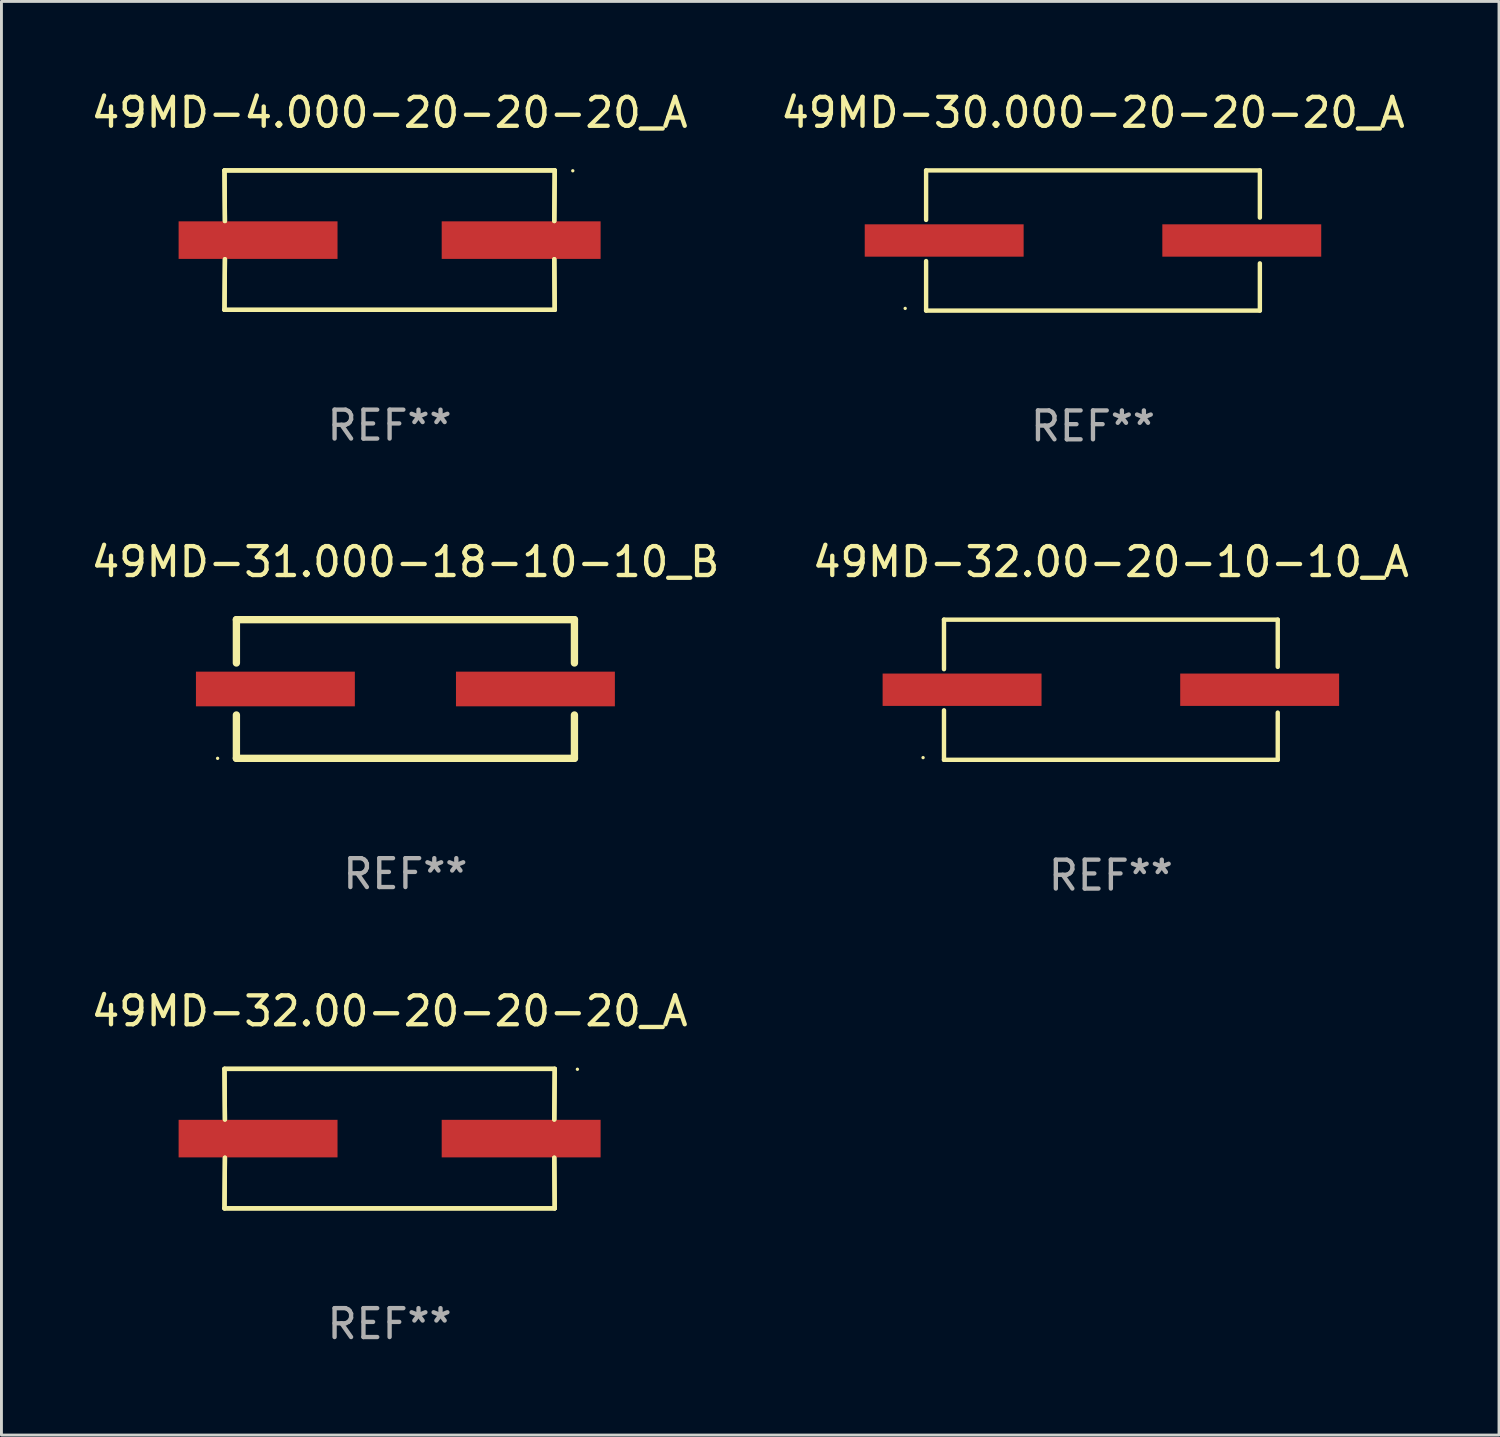
<source format=kicad_pcb>
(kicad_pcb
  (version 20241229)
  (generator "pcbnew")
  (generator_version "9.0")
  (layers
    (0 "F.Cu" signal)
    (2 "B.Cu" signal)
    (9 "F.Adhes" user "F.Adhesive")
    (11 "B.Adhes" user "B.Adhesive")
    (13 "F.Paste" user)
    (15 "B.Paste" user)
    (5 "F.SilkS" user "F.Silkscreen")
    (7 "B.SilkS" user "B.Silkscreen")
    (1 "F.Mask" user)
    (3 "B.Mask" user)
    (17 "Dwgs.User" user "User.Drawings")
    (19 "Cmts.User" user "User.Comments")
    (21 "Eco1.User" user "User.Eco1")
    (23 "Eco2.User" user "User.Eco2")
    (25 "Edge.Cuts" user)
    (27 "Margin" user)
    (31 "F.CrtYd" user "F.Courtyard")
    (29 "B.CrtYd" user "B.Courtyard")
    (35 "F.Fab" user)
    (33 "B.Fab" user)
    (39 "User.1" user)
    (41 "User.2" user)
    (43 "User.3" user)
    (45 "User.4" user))
  (footprint "49MD-32.00-20-20-20_A"
    (layer "F.Cu")
    (at 10.435 36.359)
    (property "Reference" "49MD-32.00-20-20-20_A" (at 0 -4.413 0) (layer "F.SilkS") (effects (font (size 1 1) (thickness 0.15))))
    (attr through_hole)
    (fp_line (start -5.715 -2.413) (end -5.7 -0.662) (stroke (width 0.152) (type solid)) (layer "F.SilkS"))
    (fp_line (start -5.715 -2.413) (end -5.7 -0.662) (stroke (width 0.152) (type solid)) (layer "F.SilkS"))
    (fp_line (start -5.715 2.413) (end 5.715 2.413) (stroke (width 0.152) (type solid)) (layer "F.SilkS"))
    (fp_line (start -5.715 2.413) (end 5.715 2.413) (stroke (width 0.152) (type solid)) (layer "F.SilkS"))
    (fp_line (start -5.7 0.662) (end -5.715 2.413) (stroke (width 0.152) (type solid)) (layer "F.SilkS"))
    (fp_line (start -5.7 0.662) (end -5.715 2.413) (stroke (width 0.152) (type solid)) (layer "F.SilkS"))
    (fp_line (start 5.7 -0.662) (end 5.715 -2.413) (stroke (width 0.152) (type solid)) (layer "F.SilkS"))
    (fp_line (start 5.7 -0.662) (end 5.715 -2.413) (stroke (width 0.152) (type solid)) (layer "F.SilkS"))
    (fp_line (start 5.715 -2.413) (end -5.715 -2.413) (stroke (width 0.152) (type solid)) (layer "F.SilkS"))
    (fp_line (start 5.715 -2.413) (end -5.715 -2.413) (stroke (width 0.152) (type solid)) (layer "F.SilkS"))
    (fp_line (start 5.715 2.413) (end 5.7 0.662) (stroke (width 0.152) (type solid)) (layer "F.SilkS"))
    (fp_line (start 5.715 2.413) (end 5.7 0.662) (stroke (width 0.152) (type solid)) (layer "F.SilkS"))
    (fp_circle (center 6.5 -2.4) (end 6.53 -2.4) (stroke (width 0.06) (type solid)) (fill no) (layer "F.SilkS"))
    (fp_text user "REF**" (at 0 6.413 0) (layer "F.Fab") (effects (font (size 1 1) (thickness 0.15))))
    (pad "1" smd rect (at 4.553 0) (size 5.5 1.3) (layers "F.Cu" "F.Mask" "F.Paste"))
    (pad "2" smd rect (at -4.553 0) (size 5.5 1.3) (layers "F.Cu" "F.Mask" "F.Paste")))
  (footprint "49MD-32.00-20-10-10_A"
    (layer "F.Cu")
    (at 35.399 20.823)
    (property "Reference" "49MD-32.00-20-10-10_A" (at 0 -4.426 0) (layer "F.SilkS") (effects (font (size 1 1) (thickness 0.15))))
    (attr through_hole)
    (fp_line (start -5.776 -2.426) (end 5.776 -2.426) (stroke (width 0.152) (type solid)) (layer "F.SilkS"))
    (fp_line (start -5.776 -0.712) (end -5.776 -2.426) (stroke (width 0.152) (type solid)) (layer "F.SilkS"))
    (fp_line (start -5.776 0.712) (end -5.776 2.426) (stroke (width 0.152) (type solid)) (layer "F.SilkS"))
    (fp_line (start -5.776 2.426) (end 5.776 2.426) (stroke (width 0.152) (type solid)) (layer "F.SilkS"))
    (fp_line (start 5.776 -2.426) (end 5.776 -0.791) (stroke (width 0.152) (type solid)) (layer "F.SilkS"))
    (fp_line (start 5.776 0.791) (end 5.776 2.426) (stroke (width 0.152) (type solid)) (layer "F.SilkS"))
    (fp_circle (center -6.5 2.35) (end -6.47 2.35) (stroke (width 0.06) (type solid)) (fill no) (layer "F.SilkS"))
    (fp_text user "REF**" (at 0 6.426 0) (layer "F.Fab") (effects (font (size 1 1) (thickness 0.15))))
    (pad "1" smd rect (at -5.15 0) (size 5.5 1.12) (layers "F.Cu" "F.Mask" "F.Paste"))
    (pad "2" smd rect (at 5.15 0) (size 5.5 1.12) (layers "F.Cu" "F.Mask" "F.Paste")))
  (footprint "49MD-30.000-20-20-20_A"
    (layer "F.Cu")
    (at 34.78 5.274)
    (property "Reference" "49MD-30.000-20-20-20_A" (at 0 -4.426 0) (layer "F.SilkS") (effects (font (size 1 1) (thickness 0.15))))
    (attr through_hole)
    (fp_line (start -5.776 -2.426) (end 5.776 -2.426) (stroke (width 0.152) (type solid)) (layer "F.SilkS"))
    (fp_line (start -5.776 -0.712) (end -5.776 -2.426) (stroke (width 0.152) (type solid)) (layer "F.SilkS"))
    (fp_line (start -5.776 0.712) (end -5.776 2.426) (stroke (width 0.152) (type solid)) (layer "F.SilkS"))
    (fp_line (start -5.776 2.426) (end 5.776 2.426) (stroke (width 0.152) (type solid)) (layer "F.SilkS"))
    (fp_line (start 5.776 -2.426) (end 5.776 -0.791) (stroke (width 0.152) (type solid)) (layer "F.SilkS"))
    (fp_line (start 5.776 0.791) (end 5.776 2.426) (stroke (width 0.152) (type solid)) (layer "F.SilkS"))
    (fp_circle (center -6.5 2.35) (end -6.47 2.35) (stroke (width 0.06) (type solid)) (fill no) (layer "F.SilkS"))
    (fp_text user "REF**" (at 0 6.426 0) (layer "F.Fab") (effects (font (size 1 1) (thickness 0.15))))
    (pad "1" smd rect (at -5.15 0) (size 5.5 1.12) (layers "F.Cu" "F.Mask" "F.Paste"))
    (pad "2" smd rect (at 5.15 0) (size 5.5 1.12) (layers "F.Cu" "F.Mask" "F.Paste")))
  (footprint "49MD-4.000-20-20-20_A"
    (layer "F.Cu")
    (at 10.435 5.261)
    (property "Reference" "49MD-4.000-20-20-20_A" (at 0 -4.413 0) (layer "F.SilkS") (effects (font (size 1 1) (thickness 0.15))))
    (attr through_hole)
    (fp_line (start -5.715 -2.413) (end -5.7 -0.662) (stroke (width 0.152) (type solid)) (layer "F.SilkS"))
    (fp_line (start -5.715 -2.413) (end -5.7 -0.662) (stroke (width 0.152) (type solid)) (layer "F.SilkS"))
    (fp_line (start -5.715 2.413) (end 5.715 2.413) (stroke (width 0.152) (type solid)) (layer "F.SilkS"))
    (fp_line (start -5.715 2.413) (end 5.715 2.413) (stroke (width 0.152) (type solid)) (layer "F.SilkS"))
    (fp_line (start -5.7 0.662) (end -5.715 2.413) (stroke (width 0.152) (type solid)) (layer "F.SilkS"))
    (fp_line (start -5.7 0.662) (end -5.715 2.413) (stroke (width 0.152) (type solid)) (layer "F.SilkS"))
    (fp_line (start 5.7 -0.662) (end 5.715 -2.413) (stroke (width 0.152) (type solid)) (layer "F.SilkS"))
    (fp_line (start 5.7 -0.662) (end 5.715 -2.413) (stroke (width 0.152) (type solid)) (layer "F.SilkS"))
    (fp_line (start 5.715 -2.413) (end -5.715 -2.413) (stroke (width 0.152) (type solid)) (layer "F.SilkS"))
    (fp_line (start 5.715 -2.413) (end -5.715 -2.413) (stroke (width 0.152) (type solid)) (layer "F.SilkS"))
    (fp_line (start 5.715 2.413) (end 5.7 0.662) (stroke (width 0.152) (type solid)) (layer "F.SilkS"))
    (fp_line (start 5.715 2.413) (end 5.7 0.662) (stroke (width 0.152) (type solid)) (layer "F.SilkS"))
    (fp_circle (center 6.34 -2.4) (end 6.37 -2.4) (stroke (width 0.06) (type solid)) (fill no) (layer "F.SilkS"))
    (fp_text user "REF**" (at 0 6.413 0) (layer "F.Fab") (effects (font (size 1 1) (thickness 0.15))))
    (pad "1" smd rect (at 4.553 0) (size 5.5 1.3) (layers "F.Cu" "F.Mask" "F.Paste"))
    (pad "2" smd rect (at -4.553 0) (size 5.5 1.3) (layers "F.Cu" "F.Mask" "F.Paste")))
  (footprint "49MD-31.000-18-10-10_B"
    (layer "F.Cu")
    (at 10.982 20.797)
    (property "Reference" "49MD-31.000-18-10-10_B" (at 0 -4.4 0) (layer "F.SilkS") (effects (font (size 1 1) (thickness 0.15))))
    (attr through_hole)
    (fp_line (start -5.85 -2.4) (end 5.85 -2.4) (stroke (width 0.254) (type solid)) (layer "F.SilkS"))
    (fp_line (start -5.85 -2.4) (end -5.85 -0.9) (stroke (width 0.254) (type solid)) (layer "F.SilkS"))
    (fp_line (start -5.85 2.4) (end 5.85 2.4) (stroke (width 0.254) (type solid)) (layer "F.SilkS"))
    (fp_line (start -5.85 0.9) (end -5.85 2.4) (stroke (width 0.254) (type solid)) (layer "F.SilkS"))
    (fp_line (start 5.85 -2.4) (end 5.85 -0.9) (stroke (width 0.254) (type solid)) (layer "F.SilkS"))
    (fp_line (start 5.85 0.9) (end 5.85 2.4) (stroke (width 0.254) (type solid)) (layer "F.SilkS"))
    (fp_circle (center -6.5 2.4) (end -6.47 2.4) (stroke (width 0.06) (type solid)) (fill no) (layer "F.SilkS"))
    (fp_text user "REF**" (at 0 6.4 0) (layer "F.Fab") (effects (font (size 1 1) (thickness 0.15))))
    (pad "1" smd rect (at -4.5 -0.000025) (size 5.5 1.2) (layers "F.Cu" "F.Mask" "F.Paste"))
    (pad "2" smd rect (at 4.5 -0.000025) (size 5.5 1.2) (layers "F.Cu" "F.Mask" "F.Paste")))
  (gr_rect
    (start -3 -3)
    (end 48.833 46.62)
    (stroke (width 0.1) (type default))
    (fill no)
    (layer "Edge.Cuts")))
</source>
